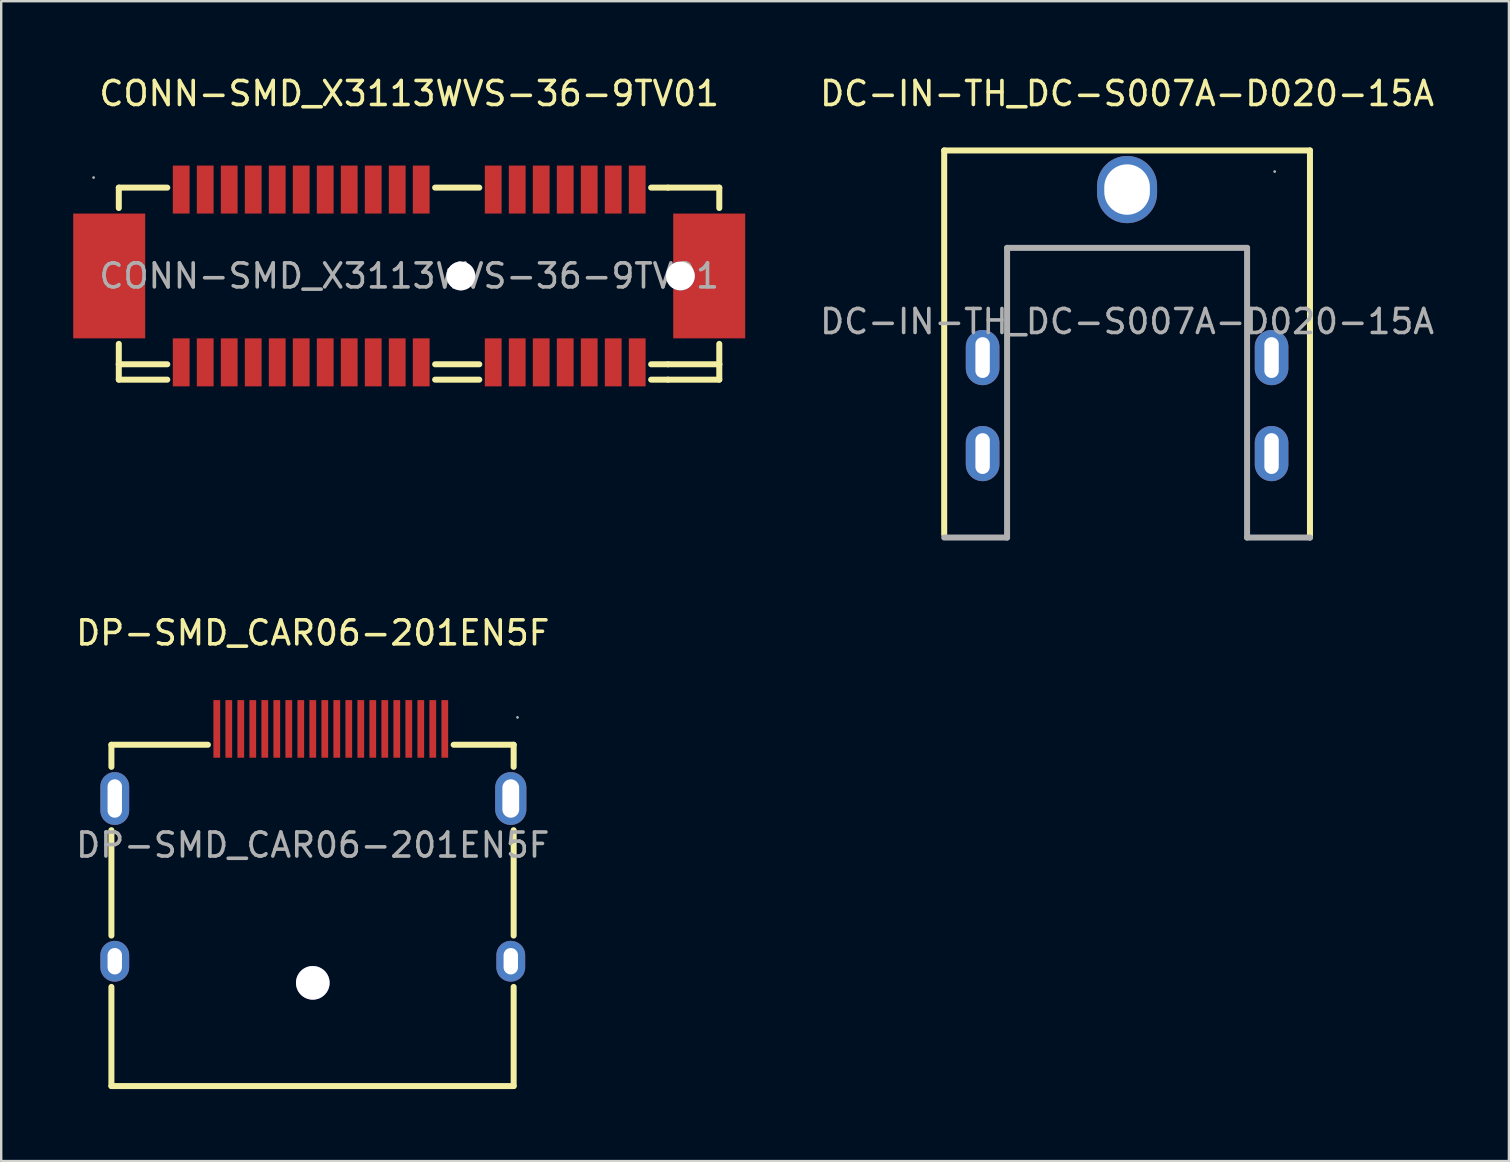
<source format=kicad_pcb>
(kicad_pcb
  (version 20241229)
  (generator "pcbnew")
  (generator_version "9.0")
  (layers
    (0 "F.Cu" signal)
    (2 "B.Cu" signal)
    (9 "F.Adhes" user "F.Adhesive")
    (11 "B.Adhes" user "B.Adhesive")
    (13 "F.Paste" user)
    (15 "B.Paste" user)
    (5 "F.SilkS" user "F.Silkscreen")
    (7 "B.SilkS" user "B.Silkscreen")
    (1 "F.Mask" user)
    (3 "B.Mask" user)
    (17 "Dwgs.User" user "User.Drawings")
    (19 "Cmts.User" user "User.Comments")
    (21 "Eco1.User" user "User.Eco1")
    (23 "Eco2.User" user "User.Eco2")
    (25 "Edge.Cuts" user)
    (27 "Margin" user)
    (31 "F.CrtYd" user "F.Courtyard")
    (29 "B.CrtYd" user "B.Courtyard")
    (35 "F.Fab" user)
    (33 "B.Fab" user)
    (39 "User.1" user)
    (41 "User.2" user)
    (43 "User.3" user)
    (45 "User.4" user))
  (footprint "DP-SMD_CAR06-201EN5F"
    (layer "F.Cu")
    (at 9.982 32.161)
    (property "Reference" "DP-SMD_CAR06-201EN5F" (at 0 -8.84 0) (layer "F.SilkS") (effects (font (size 1 1) (thickness 0.15))))
    (attr smd)
    (fp_line (start -8.39 -4.18) (end -8.39 -3.26) (stroke (width 0.25) (type solid)) (layer "F.SilkS"))
    (fp_line (start -8.39 -0.62) (end -8.39 3.77) (stroke (width 0.25) (type solid)) (layer "F.SilkS"))
    (fp_line (start -8.39 5.91) (end -8.39 10.04) (stroke (width 0.25) (type solid)) (layer "F.SilkS"))
    (fp_line (start -8.39 10.04) (end 8.37 10.04) (stroke (width 0.25) (type solid)) (layer "F.SilkS"))
    (fp_line (start -4.37 -4.18) (end -8.39 -4.18) (stroke (width 0.25) (type solid)) (layer "F.SilkS"))
    (fp_line (start 8.37 -4.18) (end 5.87 -4.18) (stroke (width 0.25) (type solid)) (layer "F.SilkS"))
    (fp_line (start 8.37 -3.26) (end 8.37 -4.18) (stroke (width 0.25) (type solid)) (layer "F.SilkS"))
    (fp_line (start 8.37 3.77) (end 8.37 -0.62) (stroke (width 0.25) (type solid)) (layer "F.SilkS"))
    (fp_line (start 8.37 10.04) (end 8.37 5.91) (stroke (width 0.25) (type solid)) (layer "F.SilkS"))
    (fp_circle (center 0 5.74) (end 0.33 5.74) (stroke (width 0.65) (type solid)) (fill no) (layer "F.Fab"))
    (fp_circle (center 8.53 -5.32) (end 8.56 -5.32) (stroke (width 0.06) (type solid)) (fill no) (layer "F.Fab"))
    (fp_text user "${REFERENCE}" (at 0 0 0) (layer "F.Fab") (effects (font (size 1 1) (thickness 0.15))))
    (pad "" thru_hole circle (at 0 5.74) (size 1.4 1.4) (drill 1.4) (layers "*.Cu" "*.Mask"))
    (pad "1" smd rect (at 5.5 -4.84) (size 0.28 2.4) (layers "F.Cu" "F.Mask" "F.Paste"))
    (pad "2" smd rect (at 5 -4.84) (size 0.28 2.4) (layers "F.Cu" "F.Mask" "F.Paste"))
    (pad "3" smd rect (at 4.5 -4.84) (size 0.28 2.4) (layers "F.Cu" "F.Mask" "F.Paste"))
    (pad "4" smd rect (at 4 -4.84) (size 0.28 2.4) (layers "F.Cu" "F.Mask" "F.Paste"))
    (pad "5" smd rect (at 3.5 -4.84) (size 0.28 2.4) (layers "F.Cu" "F.Mask" "F.Paste"))
    (pad "6" smd rect (at 3 -4.84) (size 0.28 2.4) (layers "F.Cu" "F.Mask" "F.Paste"))
    (pad "7" smd rect (at 2.5 -4.84) (size 0.28 2.4) (layers "F.Cu" "F.Mask" "F.Paste"))
    (pad "8" smd rect (at 2 -4.84) (size 0.28 2.4) (layers "F.Cu" "F.Mask" "F.Paste"))
    (pad "9" smd rect (at 1.5 -4.84) (size 0.28 2.4) (layers "F.Cu" "F.Mask" "F.Paste"))
    (pad "10" smd rect (at 1 -4.84) (size 0.28 2.4) (layers "F.Cu" "F.Mask" "F.Paste"))
    (pad "11" smd rect (at 0.5 -4.84) (size 0.28 2.4) (layers "F.Cu" "F.Mask" "F.Paste"))
    (pad "12" smd rect (at 0 -4.84) (size 0.28 2.4) (layers "F.Cu" "F.Mask" "F.Paste"))
    (pad "13" smd rect (at -0.5 -4.84) (size 0.28 2.4) (layers "F.Cu" "F.Mask" "F.Paste"))
    (pad "14" smd rect (at -1 -4.84) (size 0.28 2.4) (layers "F.Cu" "F.Mask" "F.Paste"))
    (pad "15" smd rect (at -1.5 -4.84) (size 0.28 2.4) (layers "F.Cu" "F.Mask" "F.Paste"))
    (pad "16" smd rect (at -2 -4.84) (size 0.28 2.4) (layers "F.Cu" "F.Mask" "F.Paste"))
    (pad "17" smd rect (at -2.5 -4.84) (size 0.28 2.4) (layers "F.Cu" "F.Mask" "F.Paste"))
    (pad "18" smd rect (at -3 -4.84) (size 0.28 2.4) (layers "F.Cu" "F.Mask" "F.Paste"))
    (pad "19" smd rect (at -3.5 -4.84) (size 0.28 2.4) (layers "F.Cu" "F.Mask" "F.Paste"))
    (pad "20" smd rect (at -4 -4.84) (size 0.28 2.4) (layers "F.Cu" "F.Mask" "F.Paste"))
    (pad "21" thru_hole oval (at -8.25 -1.94) (size 1.2 2.2) (drill oval 0.6 1.6) (layers "*.Cu" "*.Mask"))
    (pad "22" thru_hole oval (at -8.25 4.84) (size 1.2 1.7) (drill oval 0.6 1.1) (layers "*.Cu" "*.Mask"))
    (pad "23" thru_hole oval (at 8.25 4.84) (size 1.2 1.7) (drill oval 0.6 1.1) (layers "*.Cu" "*.Mask"))
    (pad "24" thru_hole oval (at 8.25 -1.94) (size 1.3 2.2) (drill oval 0.7 1.6) (layers "*.Cu" "*.Mask")))
  (footprint "DC-IN-TH_DC-S007A-D020-15A"
    (layer "F.Cu")
    (at 43.911 10.348)
    (property "Reference" "DC-IN-TH_DC-S007A-D020-15A" (at 0 -9.5 0) (layer "F.SilkS") (effects (font (size 1 1) (thickness 0.15))))
    (attr through_hole)
    (fp_line (start -7.62 -7.13) (end 7.62 -7.13) (stroke (width 0.25) (type solid)) (layer "F.SilkS"))
    (fp_line (start -7.62 8.87) (end -7.62 -7.13) (stroke (width 0.25) (type solid)) (layer "F.SilkS"))
    (fp_line (start 7.62 -7.13) (end 7.62 9) (stroke (width 0.25) (type solid)) (layer "F.SilkS"))
    (fp_line (start -5 -3.07) (end -5 9) (stroke (width 0.25) (type solid)) (layer "F.Fab"))
    (fp_line (start -5 9) (end -7.62 9) (stroke (width 0.25) (type solid)) (layer "F.Fab"))
    (fp_line (start 5 -3.07) (end -5 -3.07) (stroke (width 0.25) (type solid)) (layer "F.Fab"))
    (fp_line (start 5 -3.07) (end 5 9) (stroke (width 0.25) (type solid)) (layer "F.Fab"))
    (fp_line (start 5 9) (end 7.62 9) (stroke (width 0.25) (type solid)) (layer "F.Fab"))
    (fp_circle (center 0 -5.5) (end 0.38 -5.5) (stroke (width 0.75) (type solid)) (fill no) (layer "F.Fab"))
    (fp_circle (center 6.15 -6.25) (end 6.18 -6.25) (stroke (width 0.06) (type solid)) (fill no) (layer "F.Fab"))
    (fp_text user "${REFERENCE}" (at 0 0 0) (layer "F.Fab") (effects (font (size 1 1) (thickness 0.15))))
    (pad "1" thru_hole oval (at 0 -5.5) (size 2.5 2.8) (drill oval 1.9 2.1) (layers "*.Cu" "*.Mask"))
    (pad "2" thru_hole oval (at -6.02 1.5) (size 1.4 2.3) (drill oval 0.6 1.7) (layers "*.Cu" "*.Mask"))
    (pad "2" thru_hole oval (at -6.02 5.5) (size 1.4 2.3) (drill oval 0.6 1.7) (layers "*.Cu" "*.Mask"))
    (pad "2" thru_hole oval (at 6.02 1.5) (size 1.4 2.3) (drill oval 0.6 1.7) (layers "*.Cu" "*.Mask"))
    (pad "2" thru_hole oval (at 6.02 5.5) (size 1.4 2.3) (drill oval 0.6 1.7) (layers "*.Cu" "*.Mask")))
  (footprint "CONN-SMD_X3113WVS-36-9TV01"
    (layer "F.Cu")
    (at 14 8.448)
    (property "Reference" "CONN-SMD_X3113WVS-36-9TV01" (at 0 -7.6 0) (layer "F.SilkS") (effects (font (size 1 1) (thickness 0.15))))
    (attr smd)
    (fp_line (start -12.1 -3.68) (end -12.1 -2.83) (stroke (width 0.25) (type solid)) (layer "F.SilkS"))
    (fp_line (start -12.1 2.83) (end -12.1 3.68) (stroke (width 0.25) (type solid)) (layer "F.SilkS"))
    (fp_line (start -12.1 3.68) (end -12.1 4.32) (stroke (width 0.25) (type solid)) (layer "F.SilkS"))
    (fp_line (start -12.1 3.68) (end -10.08 3.68) (stroke (width 0.25) (type solid)) (layer "F.SilkS"))
    (fp_line (start -10.08 -3.68) (end -12.1 -3.68) (stroke (width 0.25) (type solid)) (layer "F.SilkS"))
    (fp_line (start -10.08 4.32) (end -12.1 4.32) (stroke (width 0.25) (type solid)) (layer "F.SilkS"))
    (fp_line (start 1.08 3.68) (end 2.92 3.68) (stroke (width 0.25) (type solid)) (layer "F.SilkS"))
    (fp_line (start 2.92 -3.68) (end 1.08 -3.68) (stroke (width 0.25) (type solid)) (layer "F.SilkS"))
    (fp_line (start 2.92 4.32) (end 1.08 4.32) (stroke (width 0.25) (type solid)) (layer "F.SilkS"))
    (fp_line (start 10.08 3.68) (end 10.78 3.68) (stroke (width 0.25) (type solid)) (layer "F.SilkS"))
    (fp_line (start 10.78 -3.68) (end 10.08 -3.68) (stroke (width 0.25) (type solid)) (layer "F.SilkS"))
    (fp_line (start 10.78 -3.68) (end 12.92 -3.68) (stroke (width 0.25) (type solid)) (layer "F.SilkS"))
    (fp_line (start 10.78 4.32) (end 10.08 4.32) (stroke (width 0.25) (type solid)) (layer "F.SilkS"))
    (fp_line (start 12.92 -3.68) (end 12.92 -2.83) (stroke (width 0.25) (type solid)) (layer "F.SilkS"))
    (fp_line (start 12.92 2.83) (end 12.92 3.68) (stroke (width 0.25) (type solid)) (layer "F.SilkS"))
    (fp_line (start 12.92 3.68) (end 10.78 3.68) (stroke (width 0.25) (type solid)) (layer "F.SilkS"))
    (fp_line (start 12.92 3.68) (end 12.92 4.32) (stroke (width 0.25) (type solid)) (layer "F.SilkS"))
    (fp_line (start 12.92 4.32) (end 10.78 4.32) (stroke (width 0.25) (type solid)) (layer "F.SilkS"))
    (fp_circle (center 2.15 0) (end 2.35 0) (stroke (width 0.4) (type solid)) (fill no) (layer "Cmts.User"))
    (fp_circle (center 11.3 0) (end 11.55 0) (stroke (width 0.5) (type solid)) (fill no) (layer "Cmts.User"))
    (fp_circle (center -13.15 -4.1) (end -13.12 -4.1) (stroke (width 0.06) (type solid)) (fill no) (layer "F.Fab"))
    (fp_text user "${REFERENCE}" (at 0 0 0) (layer "F.Fab") (effects (font (size 1 1) (thickness 0.15))))
    (pad "" thru_hole circle (at 2.15 0) (size 1.2 1.2) (drill 1.2) (layers "*.Cu" "*.Mask"))
    (pad "" thru_hole circle (at 11.3 0) (size 1.2 1.2) (drill 1.2) (layers "*.Cu" "*.Mask"))
    (pad "1" smd rect (at -9.5 -3.6) (size 0.7 2) (layers "F.Cu" "F.Mask" "F.Paste"))
    (pad "2" smd rect (at -8.5 -3.6) (size 0.7 2) (layers "F.Cu" "F.Mask" "F.Paste"))
    (pad "3" smd rect (at -7.5 -3.6) (size 0.7 2) (layers "F.Cu" "F.Mask" "F.Paste"))
    (pad "4" smd rect (at -6.5 -3.6) (size 0.7 2) (layers "F.Cu" "F.Mask" "F.Paste"))
    (pad "5" smd rect (at -5.5 -3.6) (size 0.7 2) (layers "F.Cu" "F.Mask" "F.Paste"))
    (pad "6" smd rect (at -4.5 -3.6) (size 0.7 2) (layers "F.Cu" "F.Mask" "F.Paste"))
    (pad "7" smd rect (at -3.5 -3.6) (size 0.7 2) (layers "F.Cu" "F.Mask" "F.Paste"))
    (pad "8" smd rect (at -2.5 -3.6) (size 0.7 2) (layers "F.Cu" "F.Mask" "F.Paste"))
    (pad "9" smd rect (at -1.5 -3.6) (size 0.7 2) (layers "F.Cu" "F.Mask" "F.Paste"))
    (pad "10" smd rect (at -0.5 -3.6) (size 0.7 2) (layers "F.Cu" "F.Mask" "F.Paste"))
    (pad "11" smd rect (at 0.5 -3.6) (size 0.7 2) (layers "F.Cu" "F.Mask" "F.Paste"))
    (pad "12" smd rect (at 3.5 -3.6) (size 0.7 2) (layers "F.Cu" "F.Mask" "F.Paste"))
    (pad "13" smd rect (at 4.5 -3.6) (size 0.7 2) (layers "F.Cu" "F.Mask" "F.Paste"))
    (pad "14" smd rect (at 5.5 -3.6) (size 0.7 2) (layers "F.Cu" "F.Mask" "F.Paste"))
    (pad "15" smd rect (at 6.5 -3.6) (size 0.7 2) (layers "F.Cu" "F.Mask" "F.Paste"))
    (pad "16" smd rect (at 7.5 -3.6) (size 0.7 2) (layers "F.Cu" "F.Mask" "F.Paste"))
    (pad "17" smd rect (at 8.5 -3.6) (size 0.7 2) (layers "F.Cu" "F.Mask" "F.Paste"))
    (pad "18" smd rect (at 9.5 -3.6) (size 0.7 2) (layers "F.Cu" "F.Mask" "F.Paste"))
    (pad "19" smd rect (at -9.5 3.6) (size 0.7 2) (layers "F.Cu" "F.Mask" "F.Paste"))
    (pad "20" smd rect (at -8.5 3.6) (size 0.7 2) (layers "F.Cu" "F.Mask" "F.Paste"))
    (pad "21" smd rect (at -7.5 3.6) (size 0.7 2) (layers "F.Cu" "F.Mask" "F.Paste"))
    (pad "22" smd rect (at -6.5 3.6) (size 0.7 2) (layers "F.Cu" "F.Mask" "F.Paste"))
    (pad "23" smd rect (at -5.5 3.6) (size 0.7 2) (layers "F.Cu" "F.Mask" "F.Paste"))
    (pad "24" smd rect (at -4.5 3.6) (size 0.7 2) (layers "F.Cu" "F.Mask" "F.Paste"))
    (pad "25" smd rect (at -3.5 3.6) (size 0.7 2) (layers "F.Cu" "F.Mask" "F.Paste"))
    (pad "26" smd rect (at -2.5 3.6) (size 0.7 2) (layers "F.Cu" "F.Mask" "F.Paste"))
    (pad "27" smd rect (at -1.5 3.6) (size 0.7 2) (layers "F.Cu" "F.Mask" "F.Paste"))
    (pad "28" smd rect (at -0.5 3.6) (size 0.7 2) (layers "F.Cu" "F.Mask" "F.Paste"))
    (pad "29" smd rect (at 0.5 3.6) (size 0.7 2) (layers "F.Cu" "F.Mask" "F.Paste"))
    (pad "30" smd rect (at 3.5 3.6) (size 0.7 2) (layers "F.Cu" "F.Mask" "F.Paste"))
    (pad "31" smd rect (at 4.5 3.6) (size 0.7 2) (layers "F.Cu" "F.Mask" "F.Paste"))
    (pad "32" smd rect (at 5.5 3.6) (size 0.7 2) (layers "F.Cu" "F.Mask" "F.Paste"))
    (pad "33" smd rect (at 6.5 3.6) (size 0.7 2) (layers "F.Cu" "F.Mask" "F.Paste"))
    (pad "34" smd rect (at 7.5 3.6) (size 0.7 2) (layers "F.Cu" "F.Mask" "F.Paste"))
    (pad "35" smd rect (at 8.5 3.6) (size 0.7 2) (layers "F.Cu" "F.Mask" "F.Paste"))
    (pad "36" smd rect (at 9.5 3.6) (size 0.7 2) (layers "F.Cu" "F.Mask" "F.Paste"))
    (pad "37" smd rect (at -12.5 0) (size 3 5.2) (layers "F.Cu" "F.Mask" "F.Paste"))
    (pad "37" smd rect (at 12.5 0) (size 3 5.2) (layers "F.Cu" "F.Mask" "F.Paste")))
  (gr_rect
    (start -3 -3)
    (end 59.821 45.327)
    (stroke (width 0.1) (type default))
    (fill no)
    (layer "Edge.Cuts")))
</source>
